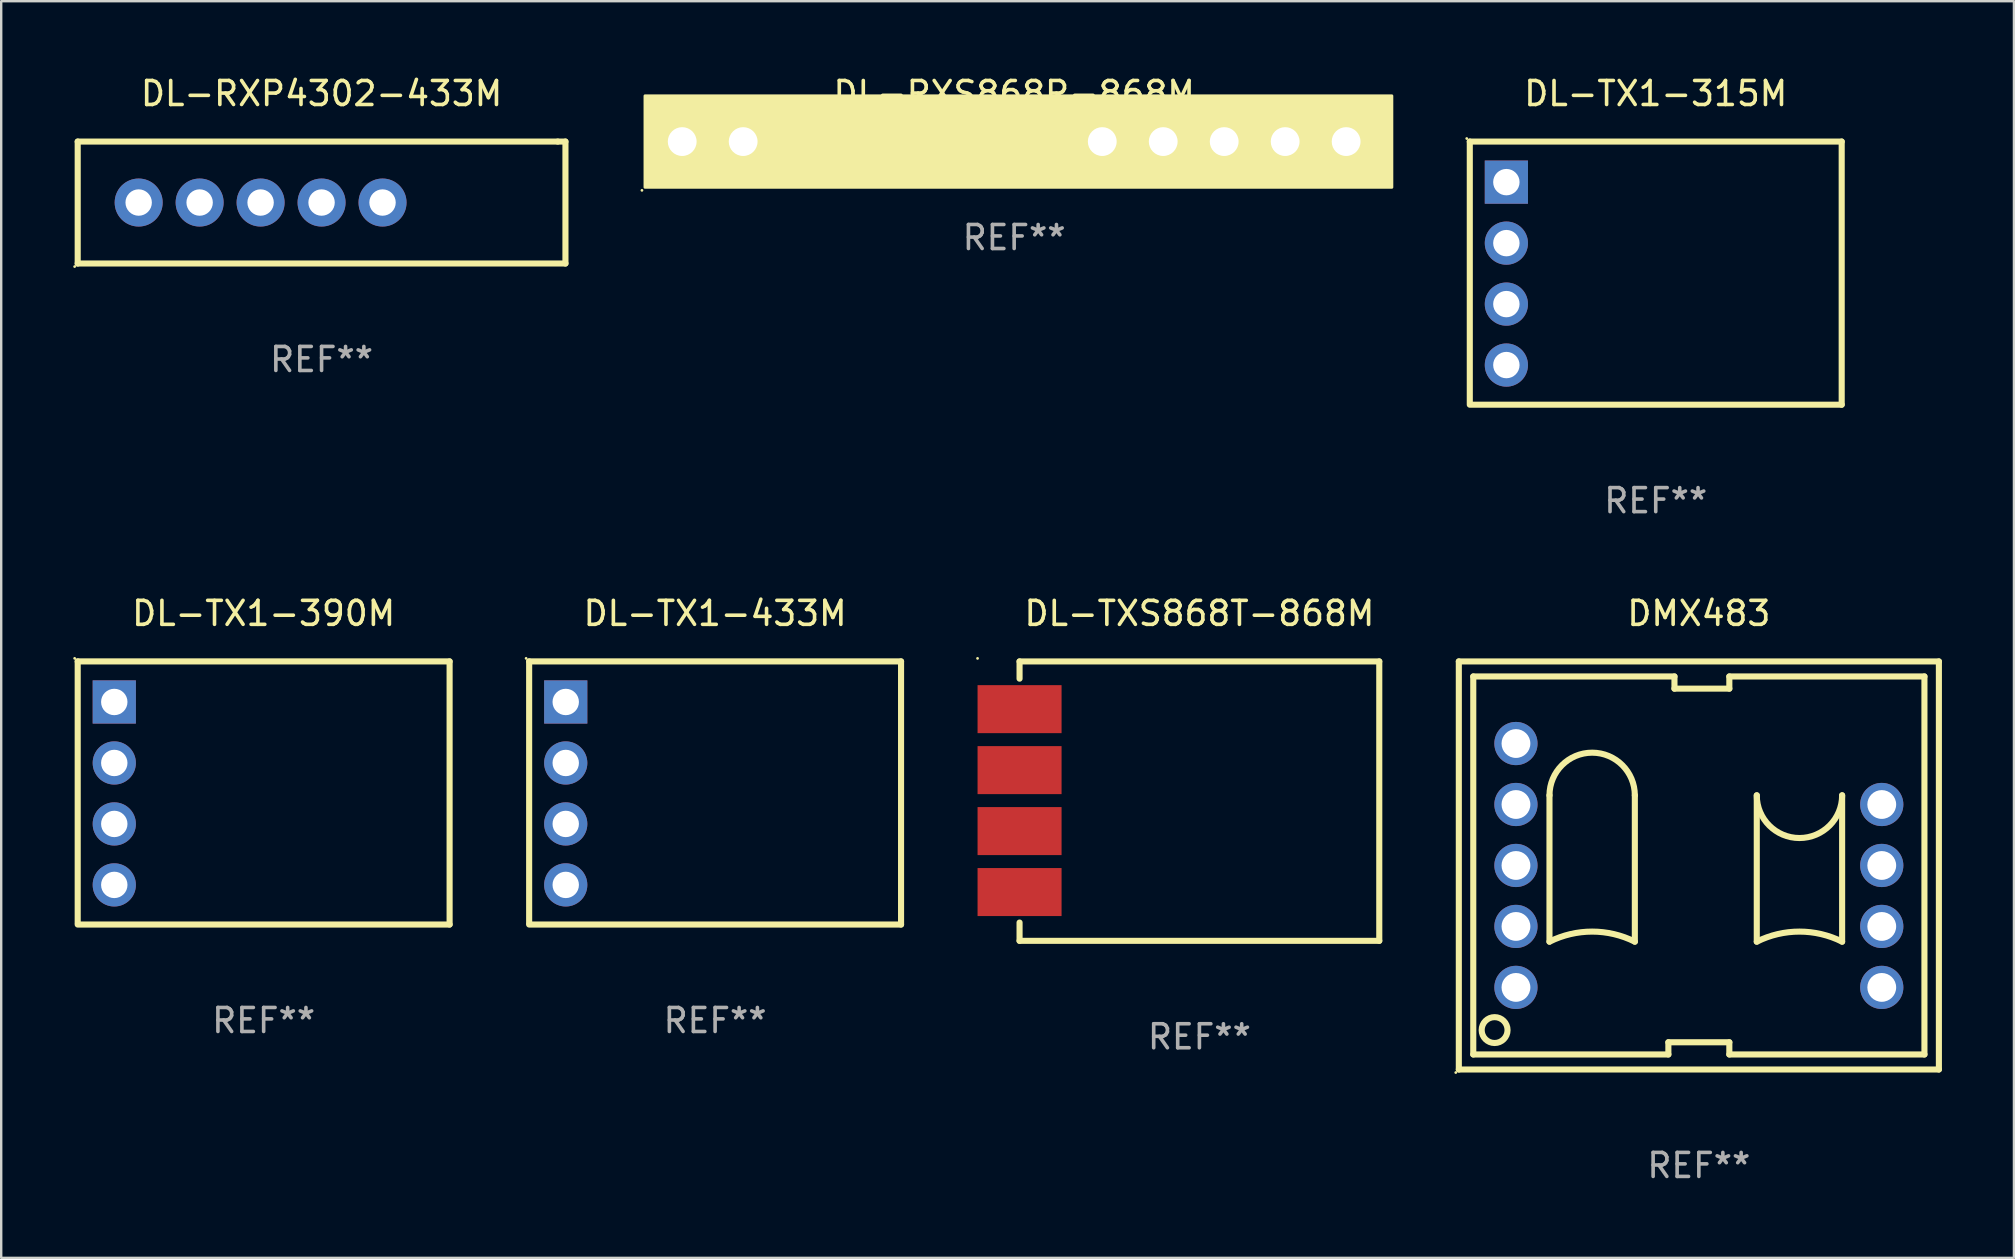
<source format=kicad_pcb>
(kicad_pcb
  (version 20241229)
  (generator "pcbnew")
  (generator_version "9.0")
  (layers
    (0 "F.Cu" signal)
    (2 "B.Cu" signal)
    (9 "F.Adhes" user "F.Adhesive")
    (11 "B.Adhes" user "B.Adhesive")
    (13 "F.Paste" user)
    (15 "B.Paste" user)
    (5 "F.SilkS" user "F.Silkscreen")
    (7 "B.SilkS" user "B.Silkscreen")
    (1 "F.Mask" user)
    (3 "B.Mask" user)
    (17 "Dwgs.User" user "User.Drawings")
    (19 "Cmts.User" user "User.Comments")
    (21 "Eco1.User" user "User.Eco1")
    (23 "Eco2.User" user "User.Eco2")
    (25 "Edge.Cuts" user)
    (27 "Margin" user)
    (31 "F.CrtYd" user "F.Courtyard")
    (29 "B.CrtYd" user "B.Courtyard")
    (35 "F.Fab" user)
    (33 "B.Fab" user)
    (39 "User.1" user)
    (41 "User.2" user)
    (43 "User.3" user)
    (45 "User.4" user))
  (footprint "DL-RXP4302-433M"
    (layer "F.Cu")
    (at 10.347 5.388)
    (property "Reference" "DL-RXP4302-433M" (at 0 -4.54 0) (layer "F.SilkS") (effects (font (size 1 1) (thickness 0.15))))
    (attr through_hole)
    (fp_line (start -10.16 -2.54) (end -10.16 2.54) (stroke (width 0.254) (type solid)) (layer "F.SilkS"))
    (fp_line (start -10.16 -2.54) (end 9.84 -2.54) (stroke (width 0.254) (type solid)) (layer "F.SilkS"))
    (fp_line (start -10.16 2.54) (end 10.16 2.54) (stroke (width 0.254) (type solid)) (layer "F.SilkS"))
    (fp_line (start 10.16 -2.54) (end 9.84 -2.54) (stroke (width 0.254) (type solid)) (layer "F.SilkS"))
    (fp_line (start 10.16 2.54) (end 10.16 -2.54) (stroke (width 0.254) (type solid)) (layer "F.SilkS"))
    (fp_circle (center -10.287 2.667) (end -10.257 2.667) (stroke (width 0.06) (type solid)) (fill no) (layer "F.SilkS"))
    (fp_text user "REF**" (at 0 6.54 0) (layer "F.Fab") (effects (font (size 1 1) (thickness 0.15))))
    (pad "1" thru_hole circle (at -7.62 0) (size 2 2) (drill 1.1) (layers "*.Cu" "*.Mask"))
    (pad "2" thru_hole circle (at -5.08 0) (size 2 2) (drill 1.1) (layers "*.Cu" "*.Mask"))
    (pad "3" thru_hole circle (at -2.54 0) (size 2 2) (drill 1.1) (layers "*.Cu" "*.Mask"))
    (pad "4" thru_hole circle (at 0 0) (size 2 2) (drill 1.1) (layers "*.Cu" "*.Mask"))
    (pad "5" thru_hole circle (at 2.54 0) (size 2 2) (drill 1.1) (layers "*.Cu" "*.Mask")))
  (footprint "DL-TX1-390M"
    (layer "F.Cu")
    (at 7.934 29.986)
    (property "Reference" "DL-TX1-390M" (at 0 -7.481 0) (layer "F.SilkS") (effects (font (size 1 1) (thickness 0.15))))
    (attr through_hole)
    (fp_line (start -7.747 -5.481) (end -7.747 5.42) (stroke (width 0.254) (type solid)) (layer "F.SilkS"))
    (fp_line (start -7.747 -5.481) (end 7.747 -5.481) (stroke (width 0.254) (type solid)) (layer "F.SilkS"))
    (fp_line (start 7.747 -5.481) (end 7.747 5.481) (stroke (width 0.254) (type solid)) (layer "F.SilkS"))
    (fp_line (start 7.747 5.481) (end -7.747 5.481) (stroke (width 0.254) (type solid)) (layer "F.SilkS"))
    (fp_circle (center -7.874 -5.608) (end -7.844 -5.608) (stroke (width 0.06) (type solid)) (fill no) (layer "F.SilkS"))
    (fp_text user "REF**" (at 0 9.481 0) (layer "F.Fab") (effects (font (size 1 1) (thickness 0.15))))
    (pad "1" thru_hole rect (at -6.223 -3.791) (size 1.8 1.8) (drill 1.1) (layers "*.Cu" "*.Mask"))
    (pad "2" thru_hole circle (at -6.223 -1.25) (size 1.8 1.8) (drill 1.1) (layers "*.Cu" "*.Mask"))
    (pad "3" thru_hole circle (at -6.223 1.29) (size 1.8 1.8) (drill 1.1) (layers "*.Cu" "*.Mask"))
    (pad "4" thru_hole circle (at -6.223 3.83) (size 1.8 1.8) (drill 1.1) (layers "*.Cu" "*.Mask")))
  (footprint "DL-TX1-315M"
    (layer "F.Cu")
    (at 65.93 8.329)
    (property "Reference" "DL-TX1-315M" (at 0 -7.481 0) (layer "F.SilkS") (effects (font (size 1 1) (thickness 0.15))))
    (attr through_hole)
    (fp_line (start -7.747 -5.481) (end -7.747 5.42) (stroke (width 0.254) (type solid)) (layer "F.SilkS"))
    (fp_line (start -7.747 -5.481) (end 7.747 -5.481) (stroke (width 0.254) (type solid)) (layer "F.SilkS"))
    (fp_line (start 7.747 -5.481) (end 7.747 5.481) (stroke (width 0.254) (type solid)) (layer "F.SilkS"))
    (fp_line (start 7.747 5.481) (end -7.747 5.481) (stroke (width 0.254) (type solid)) (layer "F.SilkS"))
    (fp_circle (center -7.874 -5.608) (end -7.844 -5.608) (stroke (width 0.06) (type solid)) (fill no) (layer "F.SilkS"))
    (fp_text user "REF**" (at 0 9.481 0) (layer "F.Fab") (effects (font (size 1 1) (thickness 0.15))))
    (pad "1" thru_hole rect (at -6.223 -3.791) (size 1.8 1.8) (drill 1.1) (layers "*.Cu" "*.Mask"))
    (pad "2" thru_hole circle (at -6.223 -1.25) (size 1.8 1.8) (drill 1.1) (layers "*.Cu" "*.Mask"))
    (pad "3" thru_hole circle (at -6.223 1.29) (size 1.8 1.8) (drill 1.1) (layers "*.Cu" "*.Mask"))
    (pad "4" thru_hole circle (at -6.223 3.83) (size 1.8 1.8) (drill 1.1) (layers "*.Cu" "*.Mask")))
  (footprint "DMX483"
    (layer "F.Cu")
    (at 67.726 33.006)
    (property "Reference" "DMX483" (at 0 -10.5 0) (layer "F.SilkS") (effects (font (size 1 1) (thickness 0.15))))
    (attr through_hole)
    (fp_line (start -10 -8.5) (end -10 8.5) (stroke (width 0.254) (type solid)) (layer "F.SilkS"))
    (fp_line (start -10 8.5) (end 10 8.5) (stroke (width 0.254) (type solid)) (layer "F.SilkS"))
    (fp_line (start -9.398 -7.874) (end -9.398 7.874) (stroke (width 0.254) (type solid)) (layer "F.SilkS"))
    (fp_line (start -9.398 7.874) (end -1.27 7.874) (stroke (width 0.254) (type solid)) (layer "F.SilkS"))
    (fp_line (start -6.223 3.175) (end -6.223 -2.923) (stroke (width 0.254) (type solid)) (layer "F.SilkS"))
    (fp_line (start -2.667 3.175) (end -2.667 -2.923) (stroke (width 0.254) (type solid)) (layer "F.SilkS"))
    (fp_line (start -1.27 7.366) (end 1.27 7.366) (stroke (width 0.254) (type solid)) (layer "F.SilkS"))
    (fp_line (start -1.27 7.874) (end -1.27 7.366) (stroke (width 0.254) (type solid)) (layer "F.SilkS"))
    (fp_line (start -1.016 -7.874) (end -9.398 -7.874) (stroke (width 0.254) (type solid)) (layer "F.SilkS"))
    (fp_line (start -1.016 -7.366) (end -1.016 -7.874) (stroke (width 0.254) (type solid)) (layer "F.SilkS"))
    (fp_line (start 1.27 -7.874) (end 1.27 -7.366) (stroke (width 0.254) (type solid)) (layer "F.SilkS"))
    (fp_line (start 1.27 -7.366) (end -1.016 -7.366) (stroke (width 0.254) (type solid)) (layer "F.SilkS"))
    (fp_line (start 1.27 7.366) (end 1.27 7.874) (stroke (width 0.254) (type solid)) (layer "F.SilkS"))
    (fp_line (start 1.27 7.874) (end 9.398 7.874) (stroke (width 0.254) (type solid)) (layer "F.SilkS"))
    (fp_line (start 2.413 3.175) (end 2.413 -2.923) (stroke (width 0.254) (type solid)) (layer "F.SilkS"))
    (fp_line (start 5.969 3.175) (end 5.969 -2.923) (stroke (width 0.254) (type solid)) (layer "F.SilkS"))
    (fp_line (start 9.398 -7.874) (end 1.27 -7.874) (stroke (width 0.254) (type solid)) (layer "F.SilkS"))
    (fp_line (start 9.398 7.874) (end 9.398 -7.874) (stroke (width 0.254) (type solid)) (layer "F.SilkS"))
    (fp_line (start 10 -8.5) (end -10 -8.5) (stroke (width 0.254) (type solid)) (layer "F.SilkS"))
    (fp_line (start 10 8.5) (end 10 -8.5) (stroke (width 0.254) (type solid)) (layer "F.SilkS"))
    (fp_arc (start -6.223013 -2.920879) (mid -4.445009 -4.698883) (end -2.667005 -2.920879) (stroke (width 0.254001) (type solid)) (layer "F.SilkS"))
    (fp_arc (start -6.223012 3.175133) (mid -4.445009 2.755404) (end -2.667005 3.175133) (stroke (width 0.254001) (type solid)) (layer "F.SilkS"))
    (fp_arc (start 2.413005 3.175133) (mid 4.191008 2.755404) (end 5.969012 3.175133) (stroke (width 0.254001) (type solid)) (layer "F.SilkS"))
    (fp_arc (start 5.969012 -2.920879) (mid 4.191008 -1.142875) (end 2.413004 -2.920879) (stroke (width 0.254001) (type solid)) (layer "F.SilkS"))
    (fp_circle (center -10.127 8.627) (end -10.097 8.627) (stroke (width 0.06) (type solid)) (fill no) (layer "F.SilkS"))
    (fp_circle (center -8.509 6.858) (end -7.97 6.858) (stroke (width 0.254) (type solid)) (fill no) (layer "F.SilkS"))
    (fp_text user "REF**" (at 0 12.5 0) (layer "F.Fab") (effects (font (size 1 1) (thickness 0.15))))
    (pad "1" thru_hole circle (at -7.62 5.08) (size 1.8 1.8) (drill 1.2) (layers "*.Cu" "*.Mask"))
    (pad "2" thru_hole circle (at -7.62 2.54) (size 1.8 1.8) (drill 1.2) (layers "*.Cu" "*.Mask"))
    (pad "3" thru_hole circle (at -7.62 0) (size 1.8 1.8) (drill 1.2) (layers "*.Cu" "*.Mask"))
    (pad "4" thru_hole circle (at -7.62 -2.54) (size 1.8 1.8) (drill 1.2) (layers "*.Cu" "*.Mask"))
    (pad "5" thru_hole circle (at -7.62 -5.08) (size 1.8 1.8) (drill 1.2) (layers "*.Cu" "*.Mask"))
    (pad "7" thru_hole circle (at 7.62 -2.54) (size 1.8 1.8) (drill 1.2) (layers "*.Cu" "*.Mask"))
    (pad "8" thru_hole circle (at 7.62 0) (size 1.8 1.8) (drill 1.2) (layers "*.Cu" "*.Mask"))
    (pad "9" thru_hole circle (at 7.62 2.54) (size 1.8 1.8) (drill 1.2) (layers "*.Cu" "*.Mask"))
    (pad "10" thru_hole circle (at 7.62 5.08) (size 1.8 1.8) (drill 1.2) (layers "*.Cu" "*.Mask")))
  (footprint "DL-TXS868T-868M"
    (layer "F.Cu")
    (at 46.919 30.326)
    (property "Reference" "DL-TXS868T-868M" (at 0 -7.82 0) (layer "F.SilkS") (effects (font (size 1 1) (thickness 0.15))))
    (attr through_hole)
    (fp_line (start -7.493 -5.82) (end 7.493 -5.82) (stroke (width 0.254) (type solid)) (layer "F.SilkS"))
    (fp_line (start -7.493 -5.102) (end -7.493 -5.82) (stroke (width 0.254) (type solid)) (layer "F.SilkS"))
    (fp_line (start -7.493 5.82) (end -7.493 5.058) (stroke (width 0.254) (type solid)) (layer "F.SilkS"))
    (fp_line (start 7.493 -5.82) (end 7.493 5.82) (stroke (width 0.254) (type solid)) (layer "F.SilkS"))
    (fp_line (start 7.493 5.82) (end -7.493 5.82) (stroke (width 0.254) (type solid)) (layer "F.SilkS"))
    (fp_circle (center -9.243 -5.947) (end -9.213 -5.947) (stroke (width 0.06) (type solid)) (fill no) (layer "F.SilkS"))
    (fp_text user "REF**" (at 0 9.82 0) (layer "F.Fab") (effects (font (size 1 1) (thickness 0.15))))
    (pad "1" smd rect (at -7.493 -3.832) (size 3.5 2) (layers "F.Cu" "F.Mask" "F.Paste"))
    (pad "2" smd rect (at -7.493 -1.292) (size 3.5 2) (layers "F.Cu" "F.Mask" "F.Paste"))
    (pad "3" smd rect (at -7.493 1.248) (size 3.5 2) (layers "F.Cu" "F.Mask" "F.Paste"))
    (pad "4" smd rect (at -7.493 3.788) (size 3.5 2) (layers "F.Cu" "F.Mask" "F.Paste")))
  (footprint "DL-TX1-433M"
    (layer "F.Cu")
    (at 26.742 29.986)
    (property "Reference" "DL-TX1-433M" (at 0 -7.481 0) (layer "F.SilkS") (effects (font (size 1 1) (thickness 0.15))))
    (attr through_hole)
    (fp_line (start -7.747 -5.481) (end -7.747 5.42) (stroke (width 0.254) (type solid)) (layer "F.SilkS"))
    (fp_line (start -7.747 -5.481) (end 7.747 -5.481) (stroke (width 0.254) (type solid)) (layer "F.SilkS"))
    (fp_line (start 7.747 -5.481) (end 7.747 5.481) (stroke (width 0.254) (type solid)) (layer "F.SilkS"))
    (fp_line (start 7.747 5.481) (end -7.747 5.481) (stroke (width 0.254) (type solid)) (layer "F.SilkS"))
    (fp_circle (center -7.874 -5.608) (end -7.844 -5.608) (stroke (width 0.06) (type solid)) (fill no) (layer "F.SilkS"))
    (fp_text user "REF**" (at 0 9.481 0) (layer "F.Fab") (effects (font (size 1 1) (thickness 0.15))))
    (pad "1" thru_hole rect (at -6.223 -3.791) (size 1.8 1.8) (drill 1.1) (layers "*.Cu" "*.Mask"))
    (pad "2" thru_hole circle (at -6.223 -1.25) (size 1.8 1.8) (drill 1.1) (layers "*.Cu" "*.Mask"))
    (pad "3" thru_hole circle (at -6.223 1.29) (size 1.8 1.8) (drill 1.1) (layers "*.Cu" "*.Mask"))
    (pad "4" thru_hole circle (at -6.223 3.83) (size 1.8 1.8) (drill 1.1) (layers "*.Cu" "*.Mask")))
  (footprint "DL-RXS868R-868M"
    (layer "F.Cu")
    (at 39.201 2.848)
    (property "Reference" "DL-RXS868R-868M" (at 0 -2 0) (layer "F.SilkS") (effects (font (size 1 1) (thickness 0.15))))
    (attr through_hole)
    (fp_circle (center -15.507 2.032) (end -15.477 2.032) (stroke (width 0.06) (type solid)) (fill no) (layer "F.SilkS"))
    (fp_poly (pts (xy -15.38 -1.905) (xy 15.735 -1.905) (xy 15.735 1.905) (xy -15.38 1.905)) (stroke (width 0.12) (type solid)) (fill yes) (layer "F.SilkS"))
    (fp_text user "REF**" (at 0 4 0) (layer "F.Fab") (effects (font (size 1 1) (thickness 0.15))))
    (pad "1" thru_hole rect (at -13.83 0) (size 2 2) (drill 1.2) (layers "*.Cu" "*.Mask"))
    (pad "2" thru_hole circle (at -11.29 0) (size 2 2) (drill 1.2) (layers "*.Cu" "*.Mask"))
    (pad "3" thru_hole circle (at 3.67 0) (size 2 2) (drill 1.2) (layers "*.Cu" "*.Mask"))
    (pad "4" thru_hole circle (at 6.21 0) (size 2 2) (drill 1.2) (layers "*.Cu" "*.Mask"))
    (pad "5" thru_hole circle (at 8.75 0) (size 2 2) (drill 1.2) (layers "*.Cu" "*.Mask"))
    (pad "6" thru_hole circle (at 11.29 0) (size 2 2) (drill 1.2) (layers "*.Cu" "*.Mask"))
    (pad "7" thru_hole circle (at 13.83 0) (size 2 2) (drill 1.2) (layers "*.Cu" "*.Mask")))
  (gr_rect
    (start -3 -3)
    (end 80.853 49.354)
    (stroke (width 0.1) (type default))
    (fill no)
    (layer "Edge.Cuts")))
</source>
